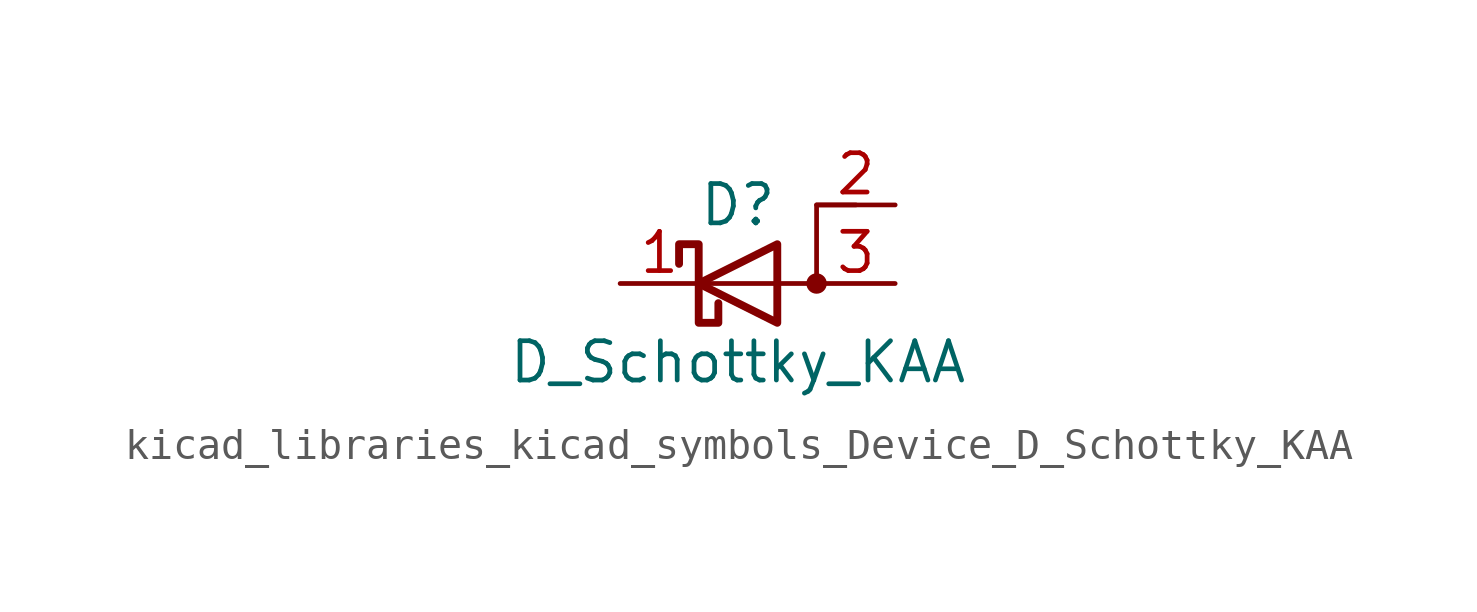
<source format=kicad_sym>
(kicad_symbol_lib
  (version 20220914)
  (generator kicad_symbol_editor)
  (symbol "kicad_libraries_kicad_symbols_Device_D_Schottky_KAA"
    (pin_names
      (offset 0) hide)
    (property "Reference" "D"
      (at 0 2.54 0)
      (effects (font (size 1.27 1.27))))
    (property "Value" "D_Schottky_KAA"
      (at 0 -2.54 0)
      (effects (font (size 1.27 1.27))))
    (symbol "kicad_libraries_kicad_symbols_Device_D_Schottky_KAA_0_1"
      (polyline (pts (xy 1.27 1.27) (xy 1.27 -1.27) (xy -1.27 0) (xy 1.27 1.27)) (stroke (width 0.254) (type default)) (fill (type none)))
      (polyline (pts (xy 3.81 2.54) (xy 2.54 2.54) (xy 2.54 0) (xy -1.27 0)) (stroke (width 0) (type default)) (fill (type none)))
      (polyline (pts (xy -1.905 0.635) (xy -1.905 1.27) (xy -1.27 1.27) (xy -1.27 -1.27) (xy -0.635 -1.27) (xy -0.635 -0.635)) (stroke (width 0.254) (type default)) (fill (type none)))
      (circle (center 2.54 0) (radius 0.254) (stroke (width 0) (type default)) (fill (type outline))))
    (symbol "kicad_libraries_kicad_symbols_Device_D_Schottky_KAA_1_1"
      (pin passive line (at -3.81 0 0) (length 2.54) (name "K" (effects (font (size 1.27 1.27)))) (number "1" (effects (font (size 1.27 1.27)))))
      (pin input line (at 5.08 2.54 180) (length 2.54) (name "A" (effects (font (size 1.27 1.27)))) (number "2" (effects (font (size 1.27 1.27)))))
      (pin passive line (at 5.08 0 180) (length 2.54) (name "A" (effects (font (size 1.27 1.27)))) (number "3" (effects (font (size 1.27 1.27))))))))
</source>
